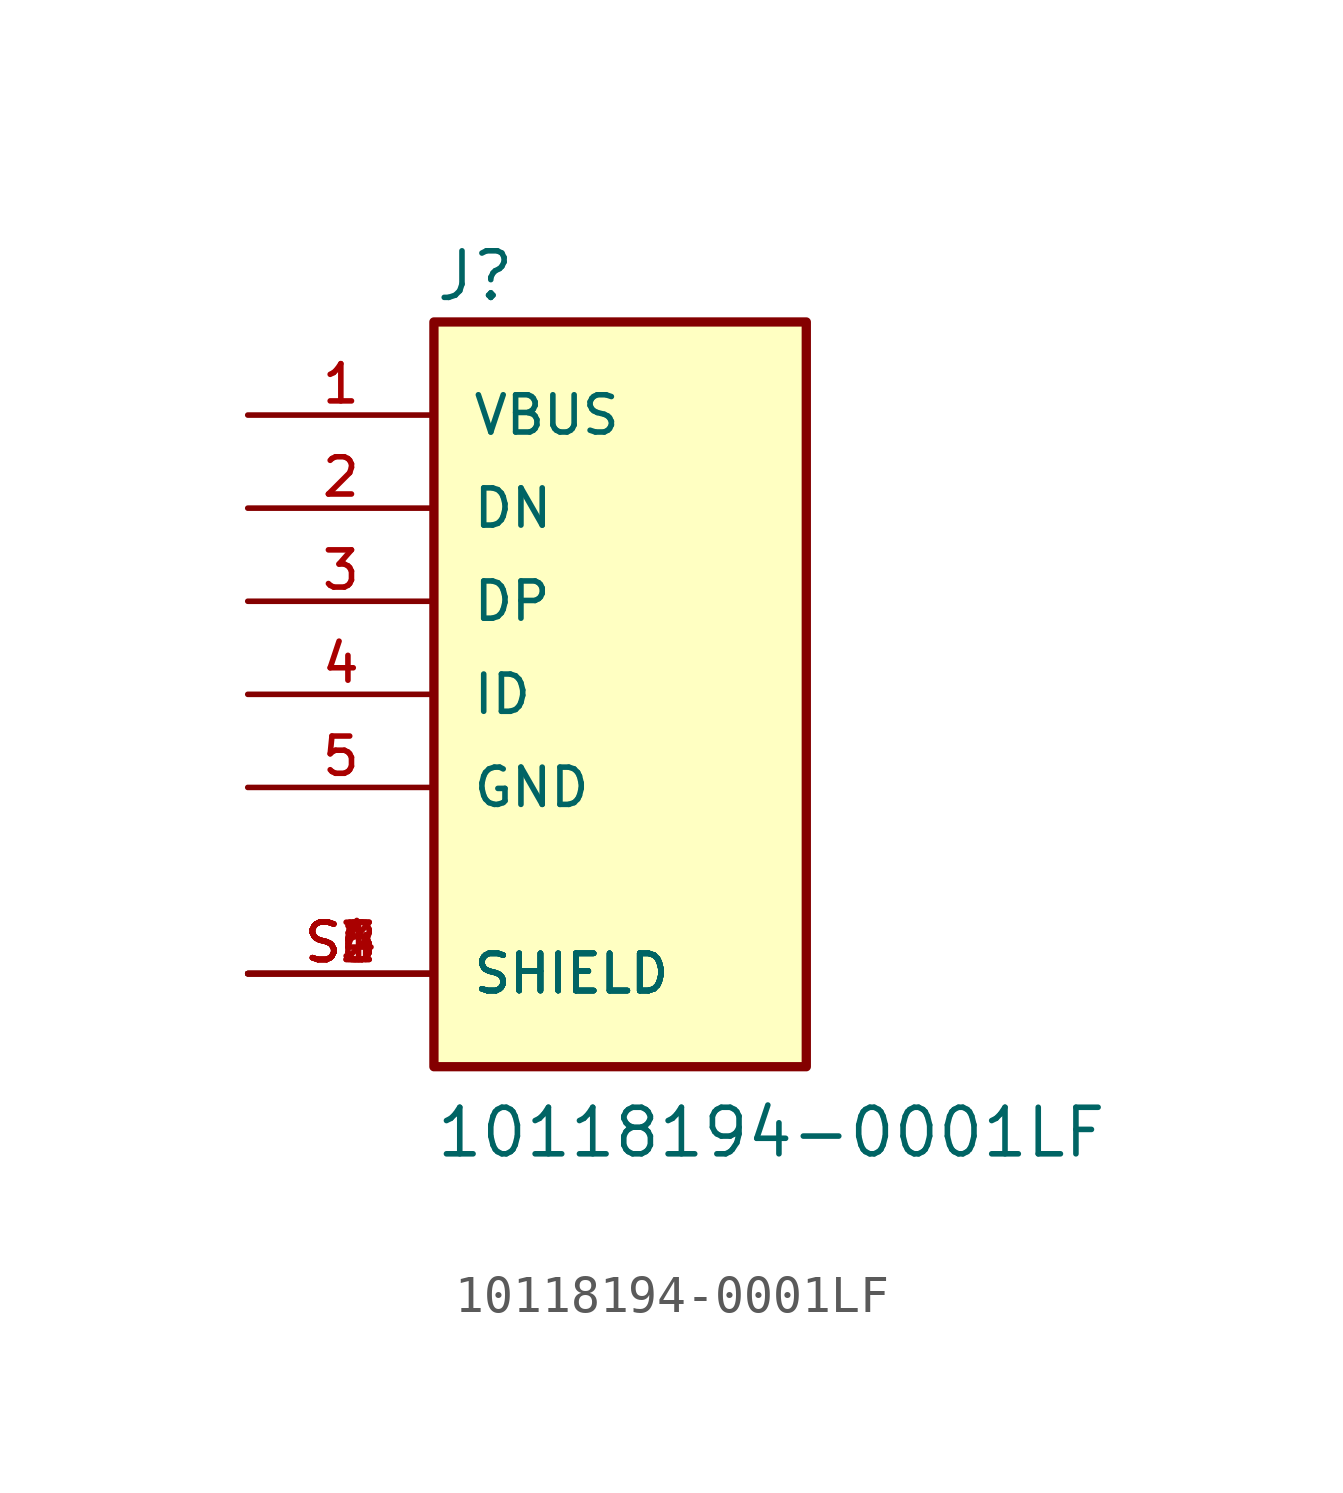
<source format=kicad_sym>
(kicad_symbol_lib
  (version 20211014)
  (generator kicad_symbol_editor)
  (symbol "10118194-0001LF"
    (pin_names
      (offset 1.016))
    (property "Reference" "J"
      (at -5.08 10.668 0)
      (effects (font (size 1.27 1.27)) (justify left bottom)))
    (property "Value" "10118194-0001LF"
      (at -5.08 -12.7 0)
      (effects (font (size 1.27 1.27)) (justify left bottom)))
    (symbol "10118194-0001LF_0_0"
      (rectangle (start -5.08 -10.16) (end 5.08 10.16) (stroke (width 0.254) (type default) (color 0 0 0 0)) (fill (type background)))
      (pin passive line (at -10.16 7.62 0) (length 5.08) (name "VBUS" (effects (font (size 1.016 1.016)))) (number "1" (effects (font (size 1.016 1.016)))))
      (pin passive line (at -10.16 5.08 0) (length 5.08) (name "DN" (effects (font (size 1.016 1.016)))) (number "2" (effects (font (size 1.016 1.016)))))
      (pin passive line (at -10.16 2.54 0) (length 5.08) (name "DP" (effects (font (size 1.016 1.016)))) (number "3" (effects (font (size 1.016 1.016)))))
      (pin passive line (at -10.16 0 0) (length 5.08) (name "ID" (effects (font (size 1.016 1.016)))) (number "4" (effects (font (size 1.016 1.016)))))
      (pin passive line (at -10.16 -2.54 0) (length 5.08) (name "GND" (effects (font (size 1.016 1.016)))) (number "5" (effects (font (size 1.016 1.016)))))
      (pin passive line (at -10.16 -7.62 0) (length 5.08) (name "SHIELD" (effects (font (size 1.016 1.016)))) (number "S1" (effects (font (size 1.016 1.016)))))
      (pin passive line (at -10.16 -7.62 0) (length 5.08) (name "SHIELD" (effects (font (size 1.016 1.016)))) (number "S2" (effects (font (size 1.016 1.016)))))
      (pin passive line (at -10.16 -7.62 0) (length 5.08) (name "SHIELD" (effects (font (size 1.016 1.016)))) (number "S3" (effects (font (size 1.016 1.016)))))
      (pin passive line (at -10.16 -7.62 0) (length 5.08) (name "SHIELD" (effects (font (size 1.016 1.016)))) (number "S4" (effects (font (size 1.016 1.016)))))
      (pin passive line (at -10.16 -7.62 0) (length 5.08) (name "SHIELD" (effects (font (size 1.016 1.016)))) (number "S5" (effects (font (size 1.016 1.016)))))
      (pin passive line (at -10.16 -7.62 0) (length 5.08) (name "SHIELD" (effects (font (size 1.016 1.016)))) (number "S6" (effects (font (size 1.016 1.016))))))))
</source>
